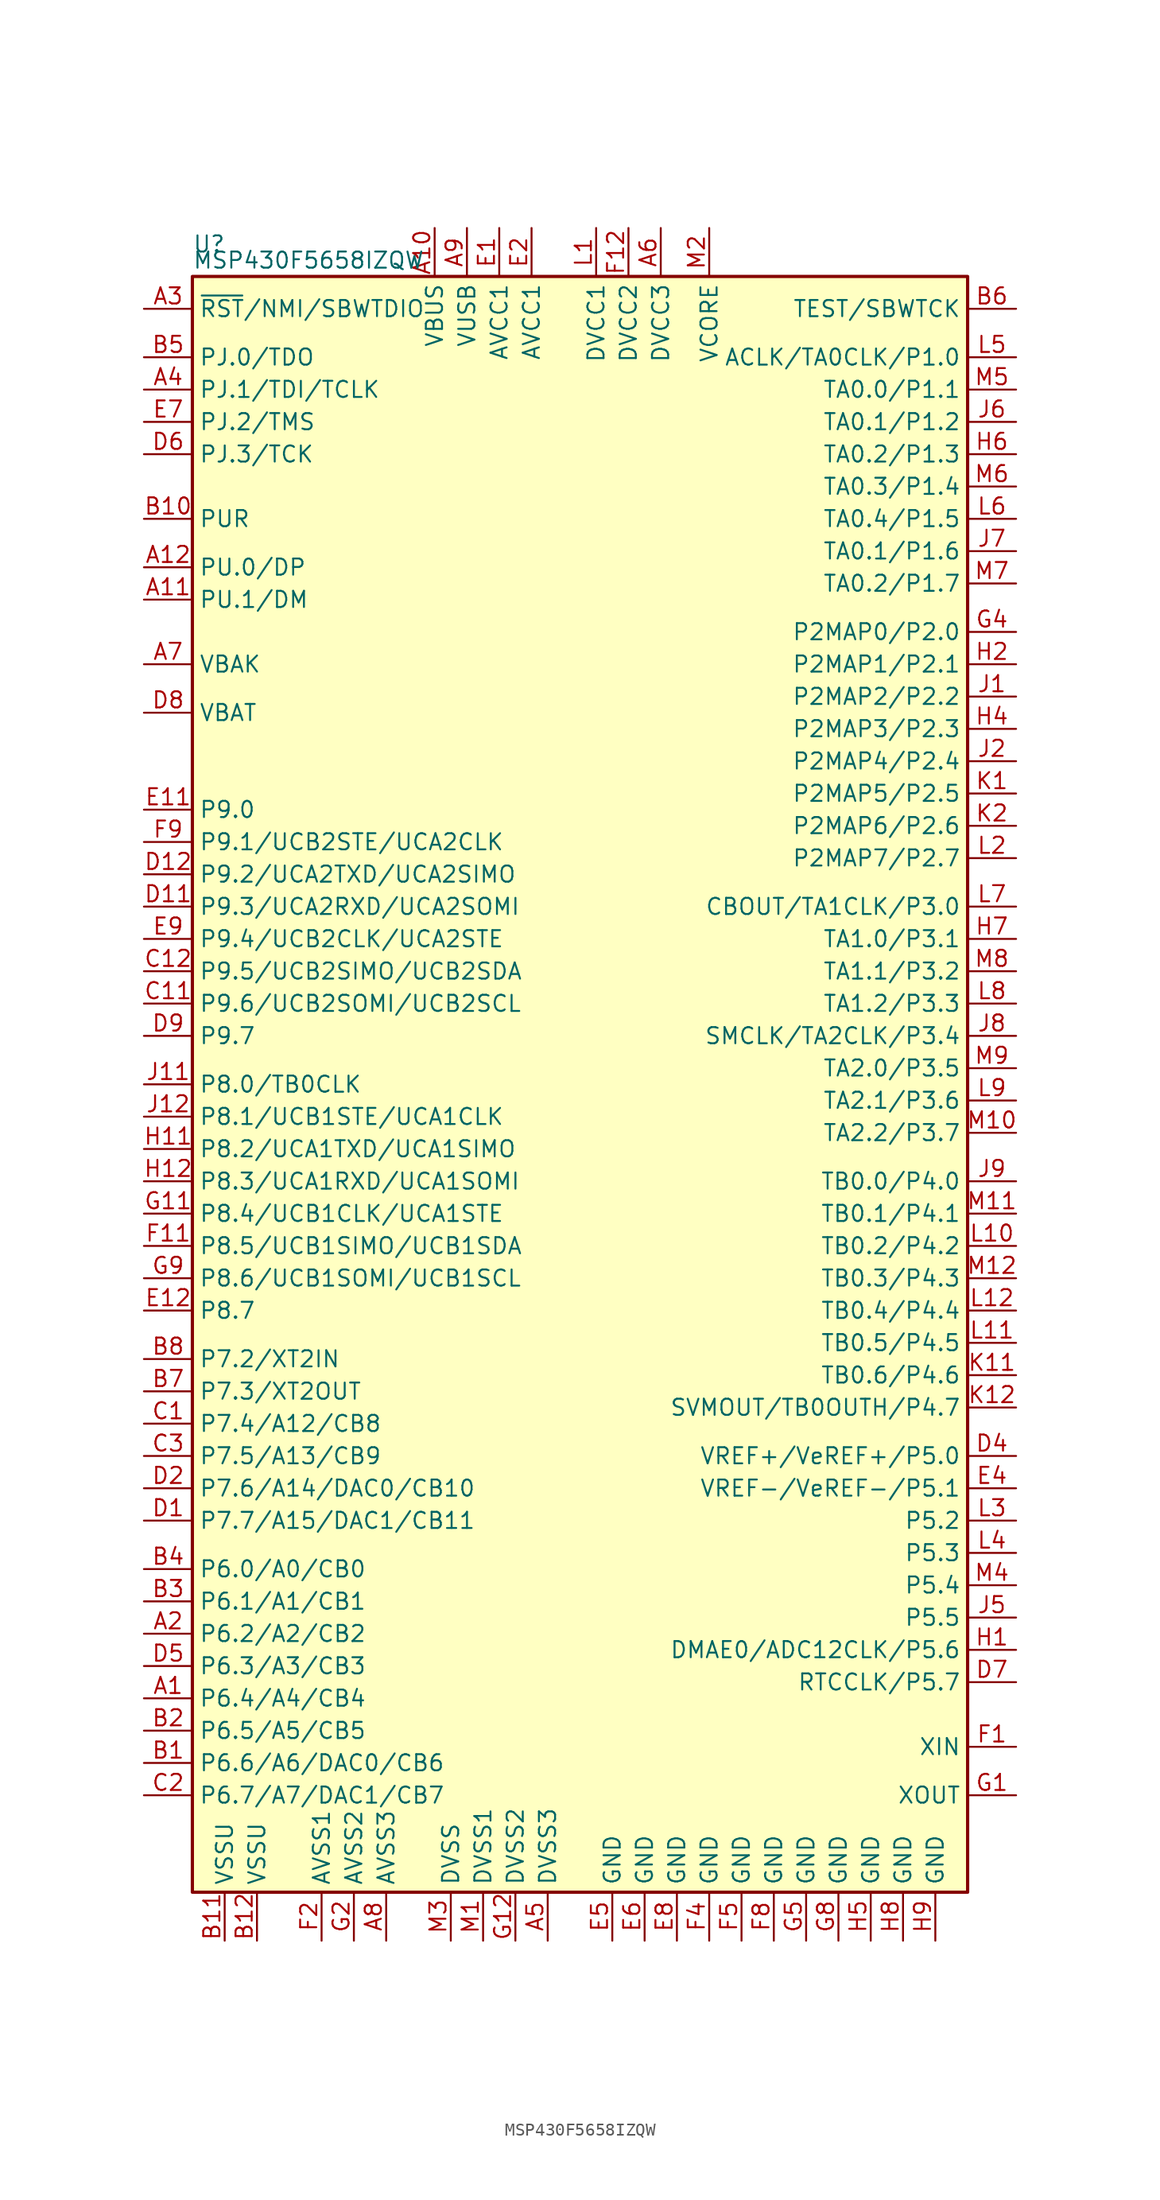
<source format=kicad_sym>
(kicad_symbol_lib
  (version 20241209)
  (generator "kicad_symbol_editor")
  (generator_version "9.0")
  (symbol "MSP430F5658IZQW"
    (property "Reference" "U"
      (at -30.48 66.04 0)
      (effects (font (size 1.27 1.27)) (justify left)))
    (property "Value" "MSP430F5658IZQW"
      (at -30.48 64.77 0)
      (effects (font (size 1.27 1.27)) (justify left)))
    (symbol "MSP430F5658IZQW_0_1"
      (rectangle (start -30.48 63.5) (end 30.48 -63.5) (stroke (width 0.254) (type default)) (fill (type background))))
    (symbol "MSP430F5658IZQW_1_1"
      (pin input line (at -34.29 60.96 0) (length 3.81) (name "~{RST}/NMI/SBWTDIO" (effects (font (size 1.27 1.27)))) (number "A3" (effects (font (size 1.27 1.27)))))
      (pin bidirectional line (at -34.29 57.15 0) (length 3.81) (name "PJ.0/TDO" (effects (font (size 1.27 1.27)))) (number "B5" (effects (font (size 1.27 1.27)))))
      (pin bidirectional line (at -34.29 54.61 0) (length 3.81) (name "PJ.1/TDI/TCLK" (effects (font (size 1.27 1.27)))) (number "A4" (effects (font (size 1.27 1.27)))))
      (pin bidirectional line (at -34.29 52.07 0) (length 3.81) (name "PJ.2/TMS" (effects (font (size 1.27 1.27)))) (number "E7" (effects (font (size 1.27 1.27)))))
      (pin bidirectional line (at -34.29 49.53 0) (length 3.81) (name "PJ.3/TCK" (effects (font (size 1.27 1.27)))) (number "D6" (effects (font (size 1.27 1.27)))))
      (pin bidirectional line (at -34.29 44.45 0) (length 3.81) (name "PUR" (effects (font (size 1.27 1.27)))) (number "B10" (effects (font (size 1.27 1.27)))))
      (pin bidirectional line (at -34.29 40.64 0) (length 3.81) (name "PU.0/DP" (effects (font (size 1.27 1.27)))) (number "A12" (effects (font (size 1.27 1.27)))))
      (pin bidirectional line (at -34.29 38.1 0) (length 3.81) (name "PU.1/DM" (effects (font (size 1.27 1.27)))) (number "A11" (effects (font (size 1.27 1.27)))))
      (pin passive line (at -34.29 33.02 0) (length 3.81) (name "VBAK" (effects (font (size 1.27 1.27)))) (number "A7" (effects (font (size 1.27 1.27)))))
      (pin passive line (at -34.29 29.21 0) (length 3.81) (name "VBAT" (effects (font (size 1.27 1.27)))) (number "D8" (effects (font (size 1.27 1.27)))))
      (pin bidirectional line (at -34.29 21.59 0) (length 3.81) (name "P9.0" (effects (font (size 1.27 1.27)))) (number "E11" (effects (font (size 1.27 1.27)))))
      (pin bidirectional line (at -34.29 19.05 0) (length 3.81) (name "P9.1/UCB2STE/UCA2CLK" (effects (font (size 1.27 1.27)))) (number "F9" (effects (font (size 1.27 1.27)))))
      (pin bidirectional line (at -34.29 16.51 0) (length 3.81) (name "P9.2/UCA2TXD/UCA2SIMO" (effects (font (size 1.27 1.27)))) (number "D12" (effects (font (size 1.27 1.27)))))
      (pin bidirectional line (at -34.29 13.97 0) (length 3.81) (name "P9.3/UCA2RXD/UCA2SOMI" (effects (font (size 1.27 1.27)))) (number "D11" (effects (font (size 1.27 1.27)))))
      (pin bidirectional line (at -34.29 11.43 0) (length 3.81) (name "P9.4/UCB2CLK/UCA2STE" (effects (font (size 1.27 1.27)))) (number "E9" (effects (font (size 1.27 1.27)))))
      (pin bidirectional line (at -34.29 8.89 0) (length 3.81) (name "P9.5/UCB2SIMO/UCB2SDA" (effects (font (size 1.27 1.27)))) (number "C12" (effects (font (size 1.27 1.27)))))
      (pin bidirectional line (at -34.29 6.35 0) (length 3.81) (name "P9.6/UCB2SOMI/UCB2SCL" (effects (font (size 1.27 1.27)))) (number "C11" (effects (font (size 1.27 1.27)))))
      (pin bidirectional line (at -34.29 3.81 0) (length 3.81) (name "P9.7" (effects (font (size 1.27 1.27)))) (number "D9" (effects (font (size 1.27 1.27)))))
      (pin bidirectional line (at -34.29 0 0) (length 3.81) (name "P8.0/TB0CLK" (effects (font (size 1.27 1.27)))) (number "J11" (effects (font (size 1.27 1.27)))))
      (pin bidirectional line (at -34.29 -2.54 0) (length 3.81) (name "P8.1/UCB1STE/UCA1CLK" (effects (font (size 1.27 1.27)))) (number "J12" (effects (font (size 1.27 1.27)))))
      (pin bidirectional line (at -34.29 -5.08 0) (length 3.81) (name "P8.2/UCA1TXD/UCA1SIMO" (effects (font (size 1.27 1.27)))) (number "H11" (effects (font (size 1.27 1.27)))))
      (pin bidirectional line (at -34.29 -7.62 0) (length 3.81) (name "P8.3/UCA1RXD/UCA1SOMI" (effects (font (size 1.27 1.27)))) (number "H12" (effects (font (size 1.27 1.27)))))
      (pin bidirectional line (at -34.29 -10.16 0) (length 3.81) (name "P8.4/UCB1CLK/UCA1STE" (effects (font (size 1.27 1.27)))) (number "G11" (effects (font (size 1.27 1.27)))))
      (pin bidirectional line (at -34.29 -12.7 0) (length 3.81) (name "P8.5/UCB1SIMO/UCB1SDA" (effects (font (size 1.27 1.27)))) (number "F11" (effects (font (size 1.27 1.27)))))
      (pin bidirectional line (at -34.29 -15.24 0) (length 3.81) (name "P8.6/UCB1SOMI/UCB1SCL" (effects (font (size 1.27 1.27)))) (number "G9" (effects (font (size 1.27 1.27)))))
      (pin bidirectional line (at -34.29 -17.78 0) (length 3.81) (name "P8.7" (effects (font (size 1.27 1.27)))) (number "E12" (effects (font (size 1.27 1.27)))))
      (pin bidirectional line (at -34.29 -21.59 0) (length 3.81) (name "P7.2/XT2IN" (effects (font (size 1.27 1.27)))) (number "B8" (effects (font (size 1.27 1.27)))))
      (pin bidirectional line (at -34.29 -24.13 0) (length 3.81) (name "P7.3/XT2OUT" (effects (font (size 1.27 1.27)))) (number "B7" (effects (font (size 1.27 1.27)))))
      (pin bidirectional line (at -34.29 -26.67 0) (length 3.81) (name "P7.4/A12/CB8" (effects (font (size 1.27 1.27)))) (number "C1" (effects (font (size 1.27 1.27)))))
      (pin bidirectional line (at -34.29 -29.21 0) (length 3.81) (name "P7.5/A13/CB9" (effects (font (size 1.27 1.27)))) (number "C3" (effects (font (size 1.27 1.27)))))
      (pin bidirectional line (at -34.29 -31.75 0) (length 3.81) (name "P7.6/A14/DAC0/CB10" (effects (font (size 1.27 1.27)))) (number "D2" (effects (font (size 1.27 1.27)))))
      (pin bidirectional line (at -34.29 -34.29 0) (length 3.81) (name "P7.7/A15/DAC1/CB11" (effects (font (size 1.27 1.27)))) (number "D1" (effects (font (size 1.27 1.27)))))
      (pin bidirectional line (at -34.29 -38.1 0) (length 3.81) (name "P6.0/A0/CB0" (effects (font (size 1.27 1.27)))) (number "B4" (effects (font (size 1.27 1.27)))))
      (pin bidirectional line (at -34.29 -40.64 0) (length 3.81) (name "P6.1/A1/CB1" (effects (font (size 1.27 1.27)))) (number "B3" (effects (font (size 1.27 1.27)))))
      (pin bidirectional line (at -34.29 -43.18 0) (length 3.81) (name "P6.2/A2/CB2" (effects (font (size 1.27 1.27)))) (number "A2" (effects (font (size 1.27 1.27)))))
      (pin bidirectional line (at -34.29 -45.72 0) (length 3.81) (name "P6.3/A3/CB3" (effects (font (size 1.27 1.27)))) (number "D5" (effects (font (size 1.27 1.27)))))
      (pin bidirectional line (at -34.29 -48.26 0) (length 3.81) (name "P6.4/A4/CB4" (effects (font (size 1.27 1.27)))) (number "A1" (effects (font (size 1.27 1.27)))))
      (pin bidirectional line (at -34.29 -50.8 0) (length 3.81) (name "P6.5/A5/CB5" (effects (font (size 1.27 1.27)))) (number "B2" (effects (font (size 1.27 1.27)))))
      (pin bidirectional line (at -34.29 -53.34 0) (length 3.81) (name "P6.6/A6/DAC0/CB6" (effects (font (size 1.27 1.27)))) (number "B1" (effects (font (size 1.27 1.27)))))
      (pin bidirectional line (at -34.29 -55.88 0) (length 3.81) (name "P6.7/A7/DAC1/CB7" (effects (font (size 1.27 1.27)))) (number "C2" (effects (font (size 1.27 1.27)))))
      (pin power_in line (at -27.94 -67.31 90) (length 3.81) (name "VSSU" (effects (font (size 1.27 1.27)))) (number "B11" (effects (font (size 1.27 1.27)))))
      (pin power_in line (at -25.4 -67.31 90) (length 3.81) (name "VSSU" (effects (font (size 1.27 1.27)))) (number "B12" (effects (font (size 1.27 1.27)))))
      (pin power_in line (at -20.32 -67.31 90) (length 3.81) (name "AVSS1" (effects (font (size 1.27 1.27)))) (number "F2" (effects (font (size 1.27 1.27)))))
      (pin power_in line (at -17.78 -67.31 90) (length 3.81) (name "AVSS2" (effects (font (size 1.27 1.27)))) (number "G2" (effects (font (size 1.27 1.27)))))
      (pin power_in line (at -15.24 -67.31 90) (length 3.81) (name "AVSS3" (effects (font (size 1.27 1.27)))) (number "A8" (effects (font (size 1.27 1.27)))))
      (pin passive line (at -11.43 67.31 270) (length 3.81) (name "VBUS" (effects (font (size 1.27 1.27)))) (number "A10" (effects (font (size 1.27 1.27)))))
      (pin power_in line (at -10.16 -67.31 90) (length 3.81) (name "DVSS" (effects (font (size 1.27 1.27)))) (number "M3" (effects (font (size 1.27 1.27)))))
      (pin passive line (at -8.89 67.31 270) (length 3.81) (name "VUSB" (effects (font (size 1.27 1.27)))) (number "A9" (effects (font (size 1.27 1.27)))))
      (pin power_in line (at -7.62 -67.31 90) (length 3.81) (name "DVSS1" (effects (font (size 1.27 1.27)))) (number "M1" (effects (font (size 1.27 1.27)))))
      (pin power_in line (at -6.35 67.31 270) (length 3.81) (name "AVCC1" (effects (font (size 1.27 1.27)))) (number "E1" (effects (font (size 1.27 1.27)))))
      (pin power_in line (at -5.08 -67.31 90) (length 3.81) (name "DVSS2" (effects (font (size 1.27 1.27)))) (number "G12" (effects (font (size 1.27 1.27)))))
      (pin power_in line (at -3.81 67.31 270) (length 3.81) (name "AVCC1" (effects (font (size 1.27 1.27)))) (number "E2" (effects (font (size 1.27 1.27)))))
      (pin power_in line (at -2.54 -67.31 90) (length 3.81) (name "DVSS3" (effects (font (size 1.27 1.27)))) (number "A5" (effects (font (size 1.27 1.27)))))
      (pin power_in line (at 1.27 67.31 270) (length 3.81) (name "DVCC1" (effects (font (size 1.27 1.27)))) (number "L1" (effects (font (size 1.27 1.27)))))
      (pin power_in line (at 2.54 -67.31 90) (length 3.81) (name "GND" (effects (font (size 1.27 1.27)))) (number "E5" (effects (font (size 1.27 1.27)))))
      (pin power_in line (at 3.81 67.31 270) (length 3.81) (name "DVCC2" (effects (font (size 1.27 1.27)))) (number "F12" (effects (font (size 1.27 1.27)))))
      (pin power_in line (at 5.08 -67.31 90) (length 3.81) (name "GND" (effects (font (size 1.27 1.27)))) (number "E6" (effects (font (size 1.27 1.27)))))
      (pin power_in line (at 6.35 67.31 270) (length 3.81) (name "DVCC3" (effects (font (size 1.27 1.27)))) (number "A6" (effects (font (size 1.27 1.27)))))
      (pin power_in line (at 7.62 -67.31 90) (length 3.81) (name "GND" (effects (font (size 1.27 1.27)))) (number "E8" (effects (font (size 1.27 1.27)))))
      (pin power_in line (at 10.16 67.31 270) (length 3.81) (name "VCORE" (effects (font (size 1.27 1.27)))) (number "M2" (effects (font (size 1.27 1.27)))))
      (pin power_in line (at 10.16 -67.31 90) (length 3.81) (name "GND" (effects (font (size 1.27 1.27)))) (number "F4" (effects (font (size 1.27 1.27)))))
      (pin power_in line (at 12.7 -67.31 90) (length 3.81) (name "GND" (effects (font (size 1.27 1.27)))) (number "F5" (effects (font (size 1.27 1.27)))))
      (pin power_in line (at 15.24 -67.31 90) (length 3.81) (name "GND" (effects (font (size 1.27 1.27)))) (number "F8" (effects (font (size 1.27 1.27)))))
      (pin power_in line (at 17.78 -67.31 90) (length 3.81) (name "GND" (effects (font (size 1.27 1.27)))) (number "G5" (effects (font (size 1.27 1.27)))))
      (pin power_in line (at 20.32 -67.31 90) (length 3.81) (name "GND" (effects (font (size 1.27 1.27)))) (number "G8" (effects (font (size 1.27 1.27)))))
      (pin power_in line (at 22.86 -67.31 90) (length 3.81) (name "GND" (effects (font (size 1.27 1.27)))) (number "H5" (effects (font (size 1.27 1.27)))))
      (pin power_in line (at 25.4 -67.31 90) (length 3.81) (name "GND" (effects (font (size 1.27 1.27)))) (number "H8" (effects (font (size 1.27 1.27)))))
      (pin power_in line (at 27.94 -67.31 90) (length 3.81) (name "GND" (effects (font (size 1.27 1.27)))) (number "H9" (effects (font (size 1.27 1.27)))))
      (pin input line (at 34.29 60.96 180) (length 3.81) (name "TEST/SBWTCK" (effects (font (size 1.27 1.27)))) (number "B6" (effects (font (size 1.27 1.27)))))
      (pin bidirectional line (at 34.29 57.15 180) (length 3.81) (name "ACLK/TA0CLK/P1.0" (effects (font (size 1.27 1.27)))) (number "L5" (effects (font (size 1.27 1.27)))))
      (pin bidirectional line (at 34.29 54.61 180) (length 3.81) (name "TA0.0/P1.1" (effects (font (size 1.27 1.27)))) (number "M5" (effects (font (size 1.27 1.27)))))
      (pin bidirectional line (at 34.29 52.07 180) (length 3.81) (name "TA0.1/P1.2" (effects (font (size 1.27 1.27)))) (number "J6" (effects (font (size 1.27 1.27)))))
      (pin bidirectional line (at 34.29 49.53 180) (length 3.81) (name "TA0.2/P1.3" (effects (font (size 1.27 1.27)))) (number "H6" (effects (font (size 1.27 1.27)))))
      (pin bidirectional line (at 34.29 46.99 180) (length 3.81) (name "TA0.3/P1.4" (effects (font (size 1.27 1.27)))) (number "M6" (effects (font (size 1.27 1.27)))))
      (pin bidirectional line (at 34.29 44.45 180) (length 3.81) (name "TA0.4/P1.5" (effects (font (size 1.27 1.27)))) (number "L6" (effects (font (size 1.27 1.27)))))
      (pin bidirectional line (at 34.29 41.91 180) (length 3.81) (name "TA0.1/P1.6" (effects (font (size 1.27 1.27)))) (number "J7" (effects (font (size 1.27 1.27)))))
      (pin bidirectional line (at 34.29 39.37 180) (length 3.81) (name "TA0.2/P1.7" (effects (font (size 1.27 1.27)))) (number "M7" (effects (font (size 1.27 1.27)))))
      (pin bidirectional line (at 34.29 35.56 180) (length 3.81) (name "P2MAP0/P2.0" (effects (font (size 1.27 1.27)))) (number "G4" (effects (font (size 1.27 1.27)))))
      (pin bidirectional line (at 34.29 33.02 180) (length 3.81) (name "P2MAP1/P2.1" (effects (font (size 1.27 1.27)))) (number "H2" (effects (font (size 1.27 1.27)))))
      (pin bidirectional line (at 34.29 30.48 180) (length 3.81) (name "P2MAP2/P2.2" (effects (font (size 1.27 1.27)))) (number "J1" (effects (font (size 1.27 1.27)))))
      (pin bidirectional line (at 34.29 27.94 180) (length 3.81) (name "P2MAP3/P2.3" (effects (font (size 1.27 1.27)))) (number "H4" (effects (font (size 1.27 1.27)))))
      (pin bidirectional line (at 34.29 25.4 180) (length 3.81) (name "P2MAP4/P2.4" (effects (font (size 1.27 1.27)))) (number "J2" (effects (font (size 1.27 1.27)))))
      (pin bidirectional line (at 34.29 22.86 180) (length 3.81) (name "P2MAP5/P2.5" (effects (font (size 1.27 1.27)))) (number "K1" (effects (font (size 1.27 1.27)))))
      (pin bidirectional line (at 34.29 20.32 180) (length 3.81) (name "P2MAP6/P2.6" (effects (font (size 1.27 1.27)))) (number "K2" (effects (font (size 1.27 1.27)))))
      (pin bidirectional line (at 34.29 17.78 180) (length 3.81) (name "P2MAP7/P2.7" (effects (font (size 1.27 1.27)))) (number "L2" (effects (font (size 1.27 1.27)))))
      (pin bidirectional line (at 34.29 13.97 180) (length 3.81) (name "CBOUT/TA1CLK/P3.0" (effects (font (size 1.27 1.27)))) (number "L7" (effects (font (size 1.27 1.27)))))
      (pin bidirectional line (at 34.29 11.43 180) (length 3.81) (name "TA1.0/P3.1" (effects (font (size 1.27 1.27)))) (number "H7" (effects (font (size 1.27 1.27)))))
      (pin bidirectional line (at 34.29 8.89 180) (length 3.81) (name "TA1.1/P3.2" (effects (font (size 1.27 1.27)))) (number "M8" (effects (font (size 1.27 1.27)))))
      (pin bidirectional line (at 34.29 6.35 180) (length 3.81) (name "TA1.2/P3.3" (effects (font (size 1.27 1.27)))) (number "L8" (effects (font (size 1.27 1.27)))))
      (pin bidirectional line (at 34.29 3.81 180) (length 3.81) (name "SMCLK/TA2CLK/P3.4" (effects (font (size 1.27 1.27)))) (number "J8" (effects (font (size 1.27 1.27)))))
      (pin bidirectional line (at 34.29 1.27 180) (length 3.81) (name "TA2.0/P3.5" (effects (font (size 1.27 1.27)))) (number "M9" (effects (font (size 1.27 1.27)))))
      (pin bidirectional line (at 34.29 -1.27 180) (length 3.81) (name "TA2.1/P3.6" (effects (font (size 1.27 1.27)))) (number "L9" (effects (font (size 1.27 1.27)))))
      (pin bidirectional line (at 34.29 -3.81 180) (length 3.81) (name "TA2.2/P3.7" (effects (font (size 1.27 1.27)))) (number "M10" (effects (font (size 1.27 1.27)))))
      (pin bidirectional line (at 34.29 -7.62 180) (length 3.81) (name "TB0.0/P4.0" (effects (font (size 1.27 1.27)))) (number "J9" (effects (font (size 1.27 1.27)))))
      (pin bidirectional line (at 34.29 -10.16 180) (length 3.81) (name "TB0.1/P4.1" (effects (font (size 1.27 1.27)))) (number "M11" (effects (font (size 1.27 1.27)))))
      (pin bidirectional line (at 34.29 -12.7 180) (length 3.81) (name "TB0.2/P4.2" (effects (font (size 1.27 1.27)))) (number "L10" (effects (font (size 1.27 1.27)))))
      (pin bidirectional line (at 34.29 -15.24 180) (length 3.81) (name "TB0.3/P4.3" (effects (font (size 1.27 1.27)))) (number "M12" (effects (font (size 1.27 1.27)))))
      (pin bidirectional line (at 34.29 -17.78 180) (length 3.81) (name "TB0.4/P4.4" (effects (font (size 1.27 1.27)))) (number "L12" (effects (font (size 1.27 1.27)))))
      (pin bidirectional line (at 34.29 -20.32 180) (length 3.81) (name "TB0.5/P4.5" (effects (font (size 1.27 1.27)))) (number "L11" (effects (font (size 1.27 1.27)))))
      (pin bidirectional line (at 34.29 -22.86 180) (length 3.81) (name "TB0.6/P4.6" (effects (font (size 1.27 1.27)))) (number "K11" (effects (font (size 1.27 1.27)))))
      (pin bidirectional line (at 34.29 -25.4 180) (length 3.81) (name "SVMOUT/TB0OUTH/P4.7" (effects (font (size 1.27 1.27)))) (number "K12" (effects (font (size 1.27 1.27)))))
      (pin bidirectional line (at 34.29 -29.21 180) (length 3.81) (name "VREF+/VeREF+/P5.0" (effects (font (size 1.27 1.27)))) (number "D4" (effects (font (size 1.27 1.27)))))
      (pin bidirectional line (at 34.29 -31.75 180) (length 3.81) (name "VREF-/VeREF-/P5.1" (effects (font (size 1.27 1.27)))) (number "E4" (effects (font (size 1.27 1.27)))))
      (pin bidirectional line (at 34.29 -34.29 180) (length 3.81) (name "P5.2" (effects (font (size 1.27 1.27)))) (number "L3" (effects (font (size 1.27 1.27)))))
      (pin bidirectional line (at 34.29 -36.83 180) (length 3.81) (name "P5.3" (effects (font (size 1.27 1.27)))) (number "L4" (effects (font (size 1.27 1.27)))))
      (pin bidirectional line (at 34.29 -39.37 180) (length 3.81) (name "P5.4" (effects (font (size 1.27 1.27)))) (number "M4" (effects (font (size 1.27 1.27)))))
      (pin bidirectional line (at 34.29 -41.91 180) (length 3.81) (name "P5.5" (effects (font (size 1.27 1.27)))) (number "J5" (effects (font (size 1.27 1.27)))))
      (pin bidirectional line (at 34.29 -44.45 180) (length 3.81) (name "DMAE0/ADC12CLK/P5.6" (effects (font (size 1.27 1.27)))) (number "H1" (effects (font (size 1.27 1.27)))))
      (pin bidirectional line (at 34.29 -46.99 180) (length 3.81) (name "RTCCLK/P5.7" (effects (font (size 1.27 1.27)))) (number "D7" (effects (font (size 1.27 1.27)))))
      (pin input line (at 34.29 -52.07 180) (length 3.81) (name "XIN" (effects (font (size 1.27 1.27)))) (number "F1" (effects (font (size 1.27 1.27)))))
      (pin output line (at 34.29 -55.88 180) (length 3.81) (name "XOUT" (effects (font (size 1.27 1.27)))) (number "G1" (effects (font (size 1.27 1.27))))))))
</source>
